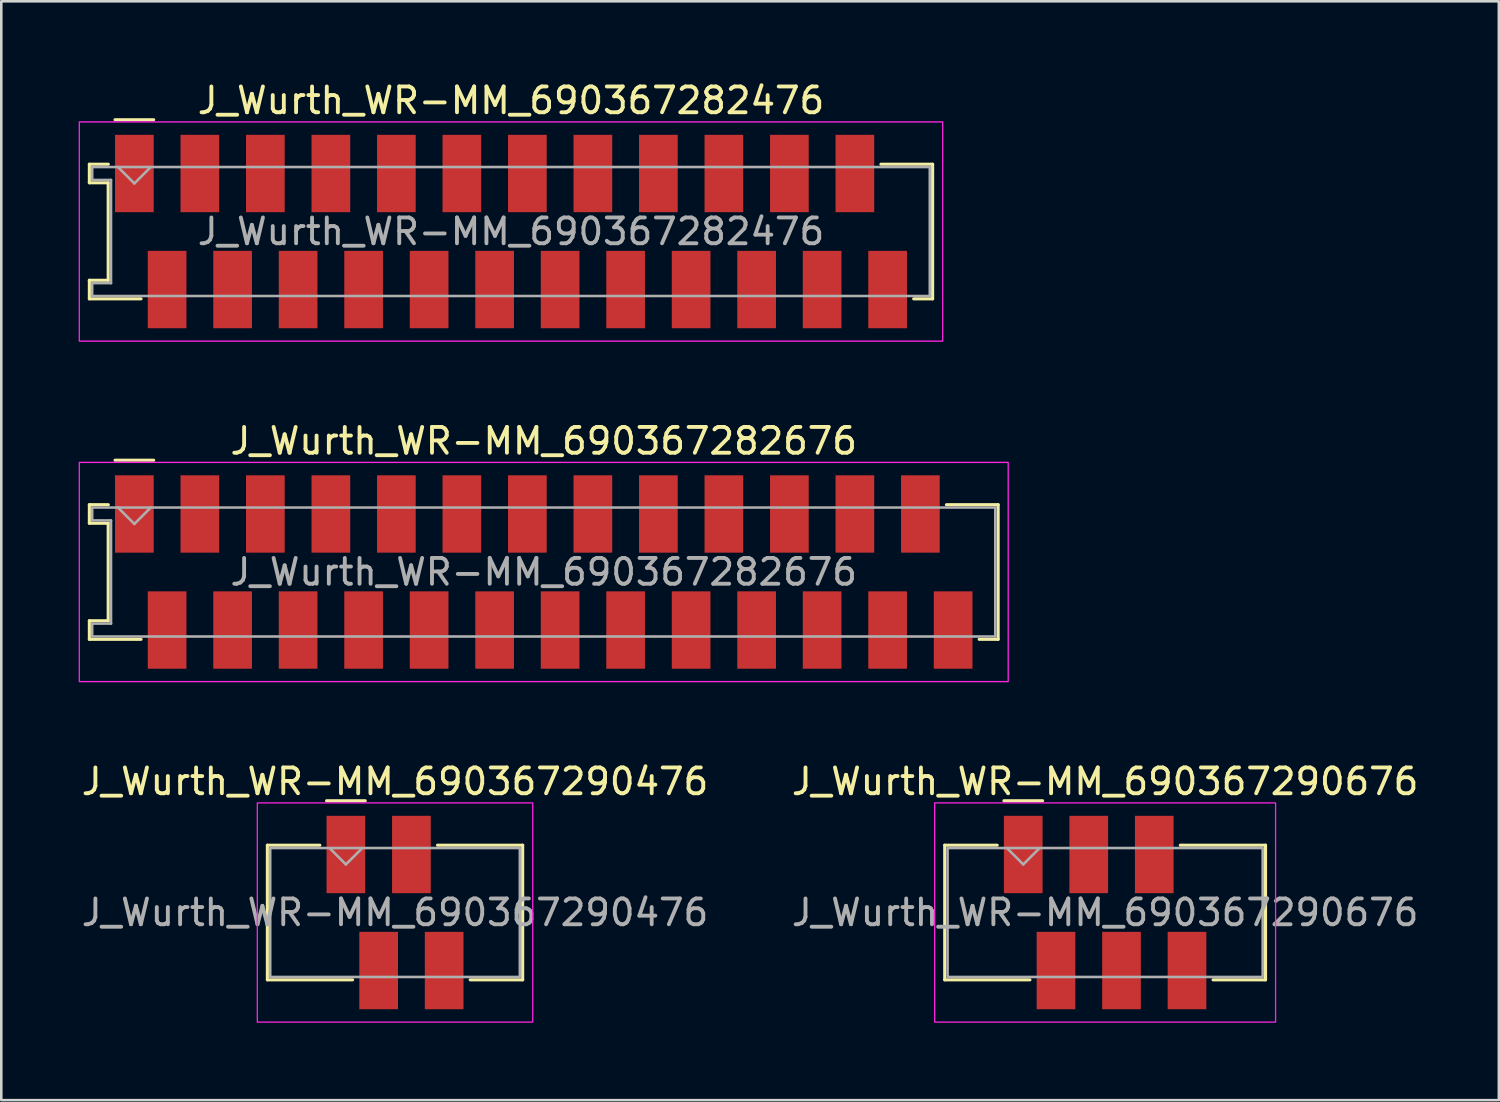
<source format=kicad_pcb>
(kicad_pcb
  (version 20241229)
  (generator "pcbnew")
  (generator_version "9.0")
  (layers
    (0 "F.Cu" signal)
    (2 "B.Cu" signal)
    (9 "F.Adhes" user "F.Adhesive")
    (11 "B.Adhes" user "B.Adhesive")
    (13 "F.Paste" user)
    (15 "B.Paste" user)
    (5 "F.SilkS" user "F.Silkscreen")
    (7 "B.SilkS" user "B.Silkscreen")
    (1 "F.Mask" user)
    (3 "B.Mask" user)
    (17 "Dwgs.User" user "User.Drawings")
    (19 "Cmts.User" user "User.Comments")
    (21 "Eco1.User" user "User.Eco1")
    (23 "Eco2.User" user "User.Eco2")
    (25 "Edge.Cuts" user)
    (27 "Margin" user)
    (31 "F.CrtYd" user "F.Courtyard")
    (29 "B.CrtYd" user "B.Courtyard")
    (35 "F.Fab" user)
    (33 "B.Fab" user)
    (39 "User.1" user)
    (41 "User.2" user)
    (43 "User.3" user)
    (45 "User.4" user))
  (footprint "J_Wurth_WR-MM_690367282676"
    (layer "F.Cu")
    (at 18.035 19.131)
    (property "Reference" "J_Wurth_WR-MM_690367282676" (at 0 -5.08 0) (unlocked yes) (layer "F.SilkS") (effects (font (size 1 1) (thickness 0.15))))
    (attr smd)
    (fp_line (start -17.62 -2.61) (end -17.62 -1.89) (stroke (width 0.12) (type solid)) (layer "F.SilkS"))
    (fp_line (start -17.62 -2.61) (end -16.885 -2.61) (stroke (width 0.12) (type solid)) (layer "F.SilkS"))
    (fp_line (start -17.62 -1.89) (end -16.89 -1.89) (stroke (width 0.12) (type solid)) (layer "F.SilkS"))
    (fp_line (start -17.62 1.89) (end -17.62 2.61) (stroke (width 0.12) (type solid)) (layer "F.SilkS"))
    (fp_line (start -17.62 1.89) (end -16.89 1.89) (stroke (width 0.12) (type solid)) (layer "F.SilkS"))
    (fp_line (start -17.62 2.61) (end -15.615 2.61) (stroke (width 0.12) (type solid)) (layer "F.SilkS"))
    (fp_line (start -16.89 -1.89) (end -16.89 1.89) (stroke (width 0.12) (type solid)) (layer "F.SilkS"))
    (fp_line (start -16.625 -4.335) (end -15.125 -4.335) (stroke (width 0.12) (type solid)) (layer "F.SilkS"))
    (fp_line (start 15.615 -2.61) (end 17.62 -2.61) (stroke (width 0.12) (type solid)) (layer "F.SilkS"))
    (fp_line (start 16.885 2.61) (end 17.62 2.61) (stroke (width 0.12) (type solid)) (layer "F.SilkS"))
    (fp_line (start 17.62 -2.61) (end 17.62 2.61) (stroke (width 0.12) (type solid)) (layer "F.SilkS"))
    (fp_rect (start -18.01 -4.25) (end 18.01 4.25) (stroke (width 0.05) (type solid)) (fill no) (layer "F.CrtYd"))
    (fp_line (start -17.51 -2.5) (end -17.51 -2) (stroke (width 0.1) (type solid)) (layer "F.Fab"))
    (fp_line (start -17.51 -2.5) (end 17.51 -2.5) (stroke (width 0.1) (type default)) (layer "F.Fab"))
    (fp_line (start -17.51 -2) (end -16.78 -2) (stroke (width 0.1) (type solid)) (layer "F.Fab"))
    (fp_line (start -17.51 2) (end -17.51 2.5) (stroke (width 0.1) (type solid)) (layer "F.Fab"))
    (fp_line (start -17.51 2) (end -16.78 2) (stroke (width 0.1) (type solid)) (layer "F.Fab"))
    (fp_line (start -16.78 -2) (end -16.78 2) (stroke (width 0.1) (type default)) (layer "F.Fab"))
    (fp_line (start -16.51 -2.5) (end -15.875 -1.865) (stroke (width 0.1) (type default)) (layer "F.Fab"))
    (fp_line (start -15.875 -1.865) (end -15.24 -2.5) (stroke (width 0.1) (type default)) (layer "F.Fab"))
    (fp_line (start 17.51 -2.5) (end 17.51 2.5) (stroke (width 0.1) (type default)) (layer "F.Fab"))
    (fp_line (start 17.51 2.5) (end -17.51 2.5) (stroke (width 0.1) (type default)) (layer "F.Fab"))
    (fp_text user "${REFERENCE}" (at 0 0 0) (unlocked yes) (layer "F.Fab") (effects (font (size 1 1) (thickness 0.15))))
    (pad "1" smd rect (at -15.875 -2.25) (size 1.5 3) (layers "F.Cu" "F.Mask" "F.Paste"))
    (pad "2" smd rect (at -14.605 2.25) (size 1.5 3) (layers "F.Cu" "F.Mask" "F.Paste"))
    (pad "3" smd rect (at -13.335 -2.25) (size 1.5 3) (layers "F.Cu" "F.Mask" "F.Paste"))
    (pad "4" smd rect (at -12.065 2.25) (size 1.5 3) (layers "F.Cu" "F.Mask" "F.Paste"))
    (pad "5" smd rect (at -10.795 -2.25) (size 1.5 3) (layers "F.Cu" "F.Mask" "F.Paste"))
    (pad "6" smd rect (at -9.525 2.25) (size 1.5 3) (layers "F.Cu" "F.Mask" "F.Paste"))
    (pad "7" smd rect (at -8.255 -2.25) (size 1.5 3) (layers "F.Cu" "F.Mask" "F.Paste"))
    (pad "8" smd rect (at -6.985 2.25) (size 1.5 3) (layers "F.Cu" "F.Mask" "F.Paste"))
    (pad "9" smd rect (at -5.715 -2.25) (size 1.5 3) (layers "F.Cu" "F.Mask" "F.Paste"))
    (pad "10" smd rect (at -4.445 2.25) (size 1.5 3) (layers "F.Cu" "F.Mask" "F.Paste"))
    (pad "11" smd rect (at -3.175 -2.25) (size 1.5 3) (layers "F.Cu" "F.Mask" "F.Paste"))
    (pad "12" smd rect (at -1.905 2.25) (size 1.5 3) (layers "F.Cu" "F.Mask" "F.Paste"))
    (pad "13" smd rect (at -0.635 -2.25) (size 1.5 3) (layers "F.Cu" "F.Mask" "F.Paste"))
    (pad "14" smd rect (at 0.635 2.25) (size 1.5 3) (layers "F.Cu" "F.Mask" "F.Paste"))
    (pad "15" smd rect (at 1.905 -2.25) (size 1.5 3) (layers "F.Cu" "F.Mask" "F.Paste"))
    (pad "16" smd rect (at 3.175 2.25) (size 1.5 3) (layers "F.Cu" "F.Mask" "F.Paste"))
    (pad "17" smd rect (at 4.445 -2.25) (size 1.5 3) (layers "F.Cu" "F.Mask" "F.Paste"))
    (pad "18" smd rect (at 5.715 2.25) (size 1.5 3) (layers "F.Cu" "F.Mask" "F.Paste"))
    (pad "19" smd rect (at 6.985 -2.25) (size 1.5 3) (layers "F.Cu" "F.Mask" "F.Paste"))
    (pad "20" smd rect (at 8.255 2.25) (size 1.5 3) (layers "F.Cu" "F.Mask" "F.Paste"))
    (pad "21" smd rect (at 9.525 -2.25) (size 1.5 3) (layers "F.Cu" "F.Mask" "F.Paste"))
    (pad "22" smd rect (at 10.795 2.25) (size 1.5 3) (layers "F.Cu" "F.Mask" "F.Paste"))
    (pad "23" smd rect (at 12.065 -2.25) (size 1.5 3) (layers "F.Cu" "F.Mask" "F.Paste"))
    (pad "24" smd rect (at 13.335 2.25) (size 1.5 3) (layers "F.Cu" "F.Mask" "F.Paste"))
    (pad "25" smd rect (at 14.605 -2.25) (size 1.5 3) (layers "F.Cu" "F.Mask" "F.Paste"))
    (pad "26" smd rect (at 15.875 2.25) (size 1.5 3) (layers "F.Cu" "F.Mask" "F.Paste")))
  (footprint "J_Wurth_WR-MM_690367290676"
    (layer "F.Cu")
    (at 39.804 32.335)
    (property "Reference" "J_Wurth_WR-MM_690367290676" (at 0 -5.08 0) (unlocked yes) (layer "F.SilkS") (effects (font (size 1 1) (thickness 0.15))))
    (attr smd)
    (fp_line (start -6.22 -2.61) (end -4.185 -2.61) (stroke (width 0.12) (type solid)) (layer "F.SilkS"))
    (fp_line (start -6.22 2.61) (end -6.22 -2.61) (stroke (width 0.12) (type solid)) (layer "F.SilkS"))
    (fp_line (start -2.915 2.61) (end -6.22 2.61) (stroke (width 0.12) (type solid)) (layer "F.SilkS"))
    (fp_line (start -2.425 -4.335) (end -3.925 -4.335) (stroke (width 0.12) (type solid)) (layer "F.SilkS"))
    (fp_line (start 6.22 -2.61) (end 2.915 -2.61) (stroke (width 0.12) (type solid)) (layer "F.SilkS"))
    (fp_line (start 6.22 2.61) (end 4.185 2.61) (stroke (width 0.12) (type solid)) (layer "F.SilkS"))
    (fp_line (start 6.22 2.61) (end 6.22 -2.61) (stroke (width 0.12) (type solid)) (layer "F.SilkS"))
    (fp_rect (start -6.61 -4.25) (end 6.61 4.25) (stroke (width 0.05) (type solid)) (fill no) (layer "F.CrtYd"))
    (fp_line (start -3.81 -2.5) (end -3.175 -1.865) (stroke (width 0.1) (type default)) (layer "F.Fab"))
    (fp_line (start -3.175 -1.865) (end -2.54 -2.5) (stroke (width 0.1) (type default)) (layer "F.Fab"))
    (fp_rect (start -6.11 -2.5) (end 6.11 2.5) (stroke (width 0.1) (type solid)) (fill no) (layer "F.Fab"))
    (fp_text user "${REFERENCE}" (at 0 0 0) (unlocked yes) (layer "F.Fab") (effects (font (size 1 1) (thickness 0.15))))
    (pad "1" smd rect (at -3.175 -2.25 180) (size 1.5 3) (layers "F.Cu" "F.Mask" "F.Paste"))
    (pad "2" smd rect (at -1.905 2.25 180) (size 1.5 3) (layers "F.Cu" "F.Mask" "F.Paste"))
    (pad "3" smd rect (at -0.635 -2.25 180) (size 1.5 3) (layers "F.Cu" "F.Mask" "F.Paste"))
    (pad "4" smd rect (at 0.635 2.25 180) (size 1.5 3) (layers "F.Cu" "F.Mask" "F.Paste"))
    (pad "5" smd rect (at 1.905 -2.25 180) (size 1.5 3) (layers "F.Cu" "F.Mask" "F.Paste"))
    (pad "6" smd rect (at 3.175 2.25 180) (size 1.5 3) (layers "F.Cu" "F.Mask" "F.Paste")))
  (footprint "J_Wurth_WR-MM_690367290476"
    (layer "F.Cu")
    (at 12.268 32.335)
    (property "Reference" "J_Wurth_WR-MM_690367290476" (at 0 -5.08 0) (unlocked yes) (layer "F.SilkS") (effects (font (size 1 1) (thickness 0.15))))
    (attr smd)
    (fp_line (start -4.95 -2.61) (end -2.915 -2.61) (stroke (width 0.12) (type solid)) (layer "F.SilkS"))
    (fp_line (start -4.95 2.61) (end -4.95 -2.61) (stroke (width 0.12) (type solid)) (layer "F.SilkS"))
    (fp_line (start -1.645 2.61) (end -4.95 2.61) (stroke (width 0.12) (type solid)) (layer "F.SilkS"))
    (fp_line (start -1.155 -4.335) (end -2.655 -4.335) (stroke (width 0.12) (type solid)) (layer "F.SilkS"))
    (fp_line (start 4.95 -2.61) (end 1.645 -2.61) (stroke (width 0.12) (type solid)) (layer "F.SilkS"))
    (fp_line (start 4.95 2.61) (end 2.915 2.61) (stroke (width 0.12) (type solid)) (layer "F.SilkS"))
    (fp_line (start 4.95 2.61) (end 4.95 -2.61) (stroke (width 0.12) (type solid)) (layer "F.SilkS"))
    (fp_rect (start -5.34 -4.25) (end 5.34 4.25) (stroke (width 0.05) (type solid)) (fill no) (layer "F.CrtYd"))
    (fp_line (start -2.54 -2.5) (end -1.905 -1.865) (stroke (width 0.1) (type default)) (layer "F.Fab"))
    (fp_line (start -1.905 -1.865) (end -1.27 -2.5) (stroke (width 0.1) (type default)) (layer "F.Fab"))
    (fp_rect (start -4.84 -2.5) (end 4.84 2.5) (stroke (width 0.1) (type solid)) (fill no) (layer "F.Fab"))
    (fp_text user "${REFERENCE}" (at 0 0 0) (unlocked yes) (layer "F.Fab") (effects (font (size 1 1) (thickness 0.15))))
    (pad "1" smd rect (at -1.905 -2.25 180) (size 1.5 3) (layers "F.Cu" "F.Mask" "F.Paste"))
    (pad "2" smd rect (at -0.635 2.25 180) (size 1.5 3) (layers "F.Cu" "F.Mask" "F.Paste"))
    (pad "3" smd rect (at 0.635 -2.25 180) (size 1.5 3) (layers "F.Cu" "F.Mask" "F.Paste"))
    (pad "4" smd rect (at 1.905 2.25 180) (size 1.5 3) (layers "F.Cu" "F.Mask" "F.Paste")))
  (footprint "J_Wurth_WR-MM_690367282476"
    (layer "F.Cu")
    (at 16.765 5.928)
    (property "Reference" "J_Wurth_WR-MM_690367282476" (at 0 -5.08 0) (unlocked yes) (layer "F.SilkS") (effects (font (size 1 1) (thickness 0.15))))
    (attr smd)
    (fp_line (start -16.35 -2.61) (end -16.35 -1.89) (stroke (width 0.12) (type solid)) (layer "F.SilkS"))
    (fp_line (start -16.35 -2.61) (end -15.615 -2.61) (stroke (width 0.12) (type solid)) (layer "F.SilkS"))
    (fp_line (start -16.35 -1.89) (end -15.62 -1.89) (stroke (width 0.12) (type solid)) (layer "F.SilkS"))
    (fp_line (start -16.35 1.89) (end -16.35 2.61) (stroke (width 0.12) (type solid)) (layer "F.SilkS"))
    (fp_line (start -16.35 1.89) (end -15.62 1.89) (stroke (width 0.12) (type solid)) (layer "F.SilkS"))
    (fp_line (start -16.35 2.61) (end -14.345 2.61) (stroke (width 0.12) (type solid)) (layer "F.SilkS"))
    (fp_line (start -15.62 -1.89) (end -15.62 1.89) (stroke (width 0.12) (type solid)) (layer "F.SilkS"))
    (fp_line (start -15.355 -4.335) (end -13.855 -4.335) (stroke (width 0.12) (type solid)) (layer "F.SilkS"))
    (fp_line (start 14.345 -2.61) (end 16.35 -2.61) (stroke (width 0.12) (type solid)) (layer "F.SilkS"))
    (fp_line (start 15.615 2.61) (end 16.35 2.61) (stroke (width 0.12) (type solid)) (layer "F.SilkS"))
    (fp_line (start 16.35 -2.61) (end 16.35 2.61) (stroke (width 0.12) (type solid)) (layer "F.SilkS"))
    (fp_rect (start -16.74 -4.25) (end 16.74 4.25) (stroke (width 0.05) (type solid)) (fill no) (layer "F.CrtYd"))
    (fp_line (start -16.24 -2.5) (end -16.24 -2) (stroke (width 0.1) (type solid)) (layer "F.Fab"))
    (fp_line (start -16.24 -2.5) (end 16.24 -2.5) (stroke (width 0.1) (type default)) (layer "F.Fab"))
    (fp_line (start -16.24 -2) (end -15.51 -2) (stroke (width 0.1) (type solid)) (layer "F.Fab"))
    (fp_line (start -16.24 2) (end -16.24 2.5) (stroke (width 0.1) (type solid)) (layer "F.Fab"))
    (fp_line (start -16.24 2) (end -15.51 2) (stroke (width 0.1) (type solid)) (layer "F.Fab"))
    (fp_line (start -15.51 -2) (end -15.51 2) (stroke (width 0.1) (type default)) (layer "F.Fab"))
    (fp_line (start -15.24 -2.5) (end -14.605 -1.865) (stroke (width 0.1) (type default)) (layer "F.Fab"))
    (fp_line (start -14.605 -1.865) (end -13.97 -2.5) (stroke (width 0.1) (type default)) (layer "F.Fab"))
    (fp_line (start 16.24 -2.5) (end 16.24 2.5) (stroke (width 0.1) (type default)) (layer "F.Fab"))
    (fp_line (start 16.24 2.5) (end -16.24 2.5) (stroke (width 0.1) (type default)) (layer "F.Fab"))
    (fp_text user "${REFERENCE}" (at 0 0 0) (unlocked yes) (layer "F.Fab") (effects (font (size 1 1) (thickness 0.15))))
    (pad "1" smd rect (at -14.605 -2.25) (size 1.5 3) (layers "F.Cu" "F.Mask" "F.Paste"))
    (pad "2" smd rect (at -13.335 2.25) (size 1.5 3) (layers "F.Cu" "F.Mask" "F.Paste"))
    (pad "3" smd rect (at -12.065 -2.25) (size 1.5 3) (layers "F.Cu" "F.Mask" "F.Paste"))
    (pad "4" smd rect (at -10.795 2.25) (size 1.5 3) (layers "F.Cu" "F.Mask" "F.Paste"))
    (pad "5" smd rect (at -9.525 -2.25) (size 1.5 3) (layers "F.Cu" "F.Mask" "F.Paste"))
    (pad "6" smd rect (at -8.255 2.25) (size 1.5 3) (layers "F.Cu" "F.Mask" "F.Paste"))
    (pad "7" smd rect (at -6.985 -2.25) (size 1.5 3) (layers "F.Cu" "F.Mask" "F.Paste"))
    (pad "8" smd rect (at -5.715 2.25) (size 1.5 3) (layers "F.Cu" "F.Mask" "F.Paste"))
    (pad "9" smd rect (at -4.445 -2.25) (size 1.5 3) (layers "F.Cu" "F.Mask" "F.Paste"))
    (pad "10" smd rect (at -3.175 2.25) (size 1.5 3) (layers "F.Cu" "F.Mask" "F.Paste"))
    (pad "11" smd rect (at -1.905 -2.25) (size 1.5 3) (layers "F.Cu" "F.Mask" "F.Paste"))
    (pad "12" smd rect (at -0.635 2.25) (size 1.5 3) (layers "F.Cu" "F.Mask" "F.Paste"))
    (pad "13" smd rect (at 0.635 -2.25) (size 1.5 3) (layers "F.Cu" "F.Mask" "F.Paste"))
    (pad "14" smd rect (at 1.905 2.25) (size 1.5 3) (layers "F.Cu" "F.Mask" "F.Paste"))
    (pad "15" smd rect (at 3.175 -2.25) (size 1.5 3) (layers "F.Cu" "F.Mask" "F.Paste"))
    (pad "16" smd rect (at 4.445 2.25) (size 1.5 3) (layers "F.Cu" "F.Mask" "F.Paste"))
    (pad "17" smd rect (at 5.715 -2.25) (size 1.5 3) (layers "F.Cu" "F.Mask" "F.Paste"))
    (pad "18" smd rect (at 6.985 2.25) (size 1.5 3) (layers "F.Cu" "F.Mask" "F.Paste"))
    (pad "19" smd rect (at 8.255 -2.25) (size 1.5 3) (layers "F.Cu" "F.Mask" "F.Paste"))
    (pad "20" smd rect (at 9.525 2.25) (size 1.5 3) (layers "F.Cu" "F.Mask" "F.Paste"))
    (pad "21" smd rect (at 10.795 -2.25) (size 1.5 3) (layers "F.Cu" "F.Mask" "F.Paste"))
    (pad "22" smd rect (at 12.065 2.25) (size 1.5 3) (layers "F.Cu" "F.Mask" "F.Paste"))
    (pad "23" smd rect (at 13.335 -2.25) (size 1.5 3) (layers "F.Cu" "F.Mask" "F.Paste"))
    (pad "24" smd rect (at 14.605 2.25) (size 1.5 3) (layers "F.Cu" "F.Mask" "F.Paste")))
  (gr_rect
    (start -3 -3)
    (end 55.071 39.61)
    (stroke (width 0.1) (type default))
    (fill no)
    (layer "Edge.Cuts")))
</source>
